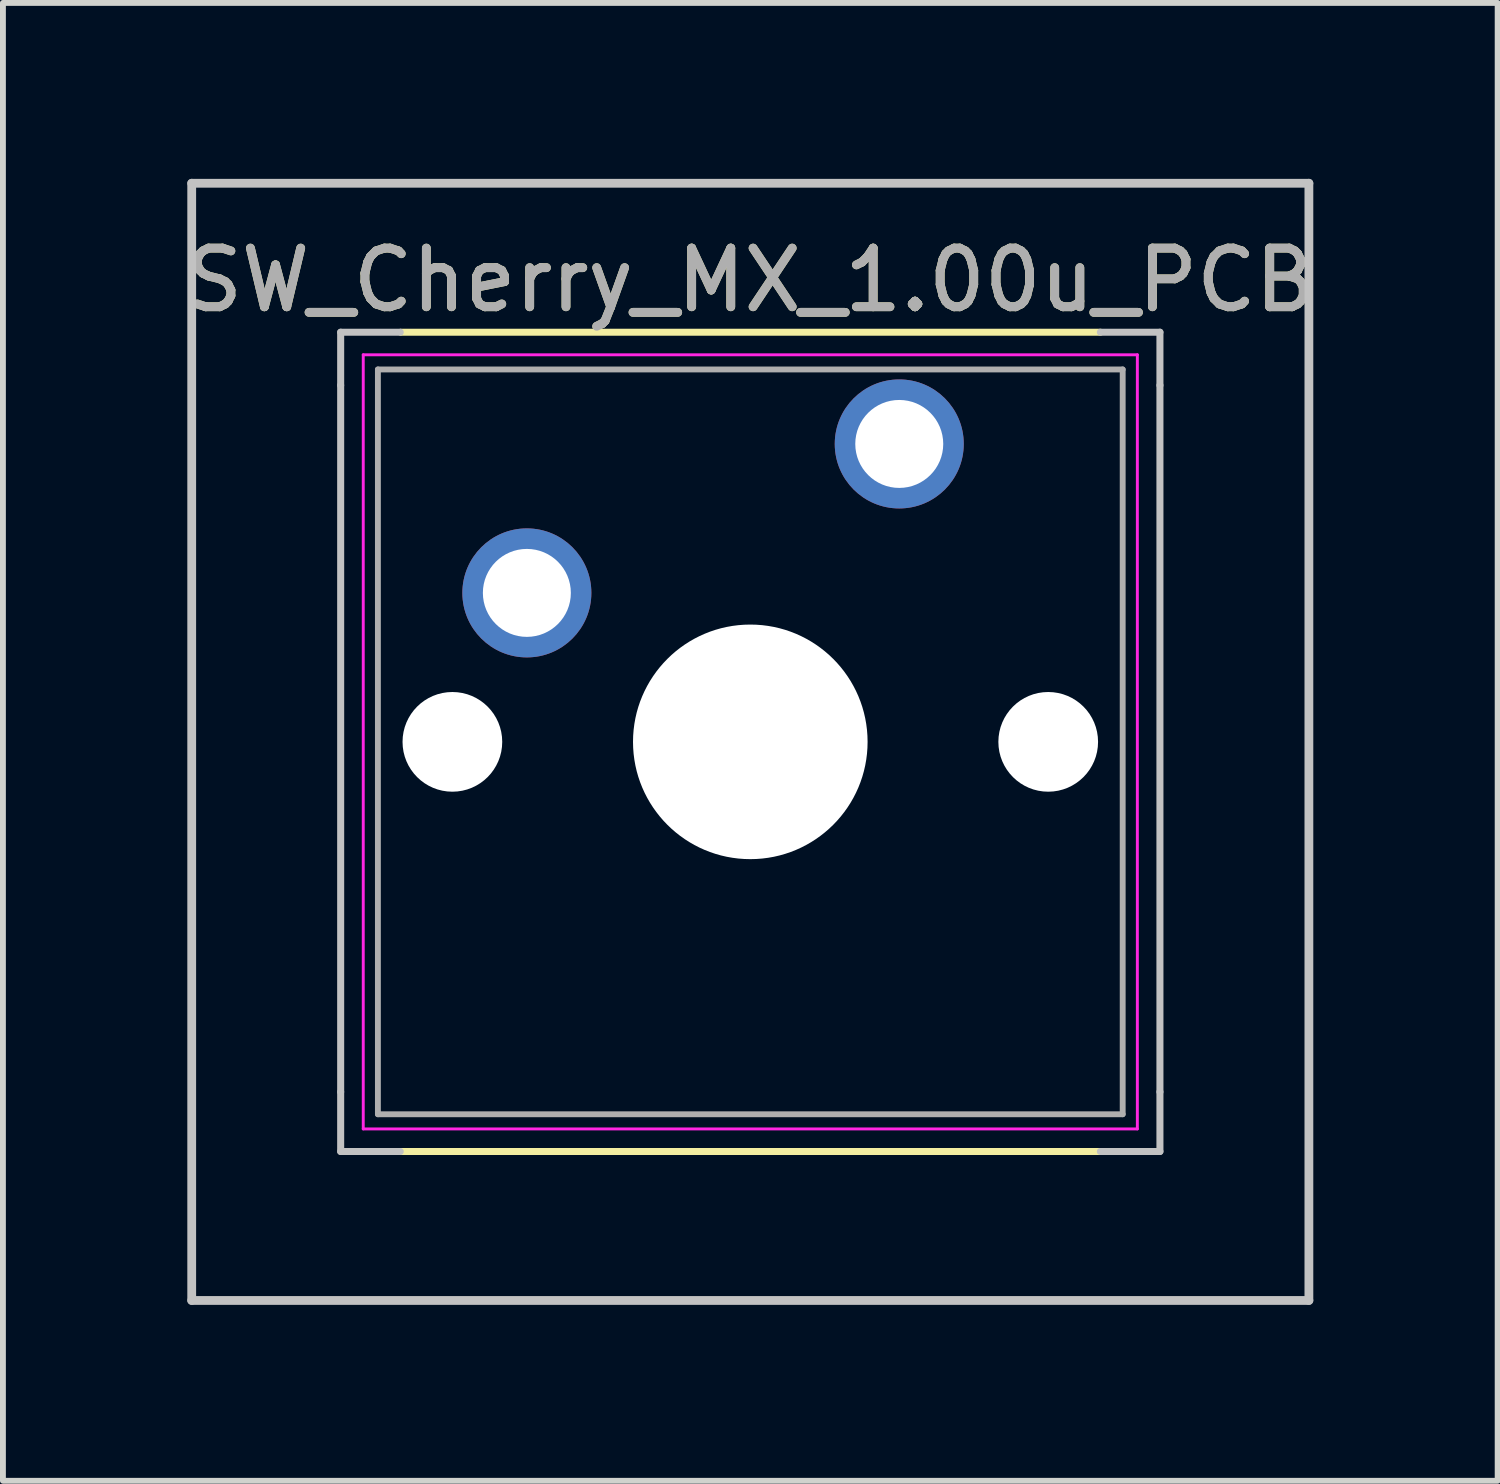
<source format=kicad_pcb>
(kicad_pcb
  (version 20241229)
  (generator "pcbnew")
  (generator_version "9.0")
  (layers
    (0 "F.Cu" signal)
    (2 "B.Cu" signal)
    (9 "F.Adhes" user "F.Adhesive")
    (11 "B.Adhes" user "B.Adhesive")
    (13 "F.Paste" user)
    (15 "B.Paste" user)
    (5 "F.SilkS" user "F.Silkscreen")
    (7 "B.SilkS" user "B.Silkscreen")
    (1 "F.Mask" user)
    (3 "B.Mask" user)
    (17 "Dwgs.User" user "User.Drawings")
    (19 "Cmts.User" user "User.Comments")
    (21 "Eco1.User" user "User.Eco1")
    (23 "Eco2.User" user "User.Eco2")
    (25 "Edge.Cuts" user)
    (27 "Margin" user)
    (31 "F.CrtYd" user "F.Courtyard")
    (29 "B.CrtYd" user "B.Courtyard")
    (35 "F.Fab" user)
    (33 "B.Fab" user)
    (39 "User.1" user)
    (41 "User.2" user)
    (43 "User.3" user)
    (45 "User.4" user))
  (footprint "SW_Cherry_MX_1.00u_PCB"
    (layer "F.Cu")
    (at 12.284 4.52)
    (property "Reference" "SW_Cherry_MX_1.00u_PCB" (at -2.54 -2.794 0) (layer "F.SilkS") (effects (font (size 1 1) (thickness 0.15))))
    (attr through_hole)
    (fp_line (start -8.5 -1.905) (end 3.429 -1.905) (stroke (width 0.12) (type solid)) (layer "F.SilkS"))
    (fp_line (start 3.429 12.065) (end -8.5 12.065) (stroke (width 0.12) (type solid)) (layer "F.SilkS"))
    (fp_line (start -12.065 -4.445) (end 6.985 -4.445) (stroke (width 0.15) (type solid)) (layer "Dwgs.User"))
    (fp_line (start -12.065 14.605) (end -12.065 -4.445) (stroke (width 0.15) (type solid)) (layer "Dwgs.User"))
    (fp_line (start -9.525 -1.905) (end -8.509 -1.905) (stroke (width 0.12) (type default)) (layer "Dwgs.User"))
    (fp_line (start -9.525 -1) (end -9.525 -1.905) (stroke (width 0.12) (type default)) (layer "Dwgs.User"))
    (fp_line (start -9.525 11.049) (end -9.525 -1) (stroke (width 0.12) (type solid)) (layer "Dwgs.User"))
    (fp_line (start -9.525 11.049) (end -9.525 12.065) (stroke (width 0.12) (type default)) (layer "Dwgs.User"))
    (fp_line (start -9.525 12.065) (end -8.509 12.065) (stroke (width 0.12) (type default)) (layer "Dwgs.User"))
    (fp_line (start 4.445 -1.905) (end 3.429 -1.905) (stroke (width 0.12) (type default)) (layer "Dwgs.User"))
    (fp_line (start 4.445 -1) (end 4.445 -1.905) (stroke (width 0.12) (type default)) (layer "Dwgs.User"))
    (fp_line (start 4.445 -1) (end 4.445 11.049) (stroke (width 0.12) (type solid)) (layer "Dwgs.User"))
    (fp_line (start 4.445 11.049) (end 4.445 12.065) (stroke (width 0.12) (type default)) (layer "Dwgs.User"))
    (fp_line (start 4.445 12.065) (end 3.429 12.065) (stroke (width 0.12) (type default)) (layer "Dwgs.User"))
    (fp_line (start 6.985 -4.445) (end 6.985 14.605) (stroke (width 0.15) (type solid)) (layer "Dwgs.User"))
    (fp_line (start 6.985 14.605) (end -12.065 14.605) (stroke (width 0.15) (type solid)) (layer "Dwgs.User"))
    (fp_line (start -9.14 -1.52) (end 4.06 -1.52) (stroke (width 0.05) (type solid)) (layer "F.CrtYd"))
    (fp_line (start -9.14 11.68) (end -9.14 -1.52) (stroke (width 0.05) (type solid)) (layer "F.CrtYd"))
    (fp_line (start 4.06 -1.52) (end 4.06 11.68) (stroke (width 0.05) (type solid)) (layer "F.CrtYd"))
    (fp_line (start 4.06 11.68) (end -9.14 11.68) (stroke (width 0.05) (type solid)) (layer "F.CrtYd"))
    (fp_line (start -8.89 -1.27) (end 3.81 -1.27) (stroke (width 0.1) (type solid)) (layer "F.Fab"))
    (fp_line (start -8.89 11.43) (end -8.89 -1.27) (stroke (width 0.1) (type solid)) (layer "F.Fab"))
    (fp_line (start 3.81 -1.27) (end 3.81 11.43) (stroke (width 0.1) (type solid)) (layer "F.Fab"))
    (fp_line (start 3.81 11.43) (end -8.89 11.43) (stroke (width 0.1) (type solid)) (layer "F.Fab"))
    (fp_text user "${REFERENCE}" (at -2.54 -2.794 0) (layer "F.Fab") (effects (font (size 1 1) (thickness 0.15))))
    (pad "" np_thru_hole circle (at -7.62 5.08) (size 1.7 1.7) (drill 1.7) (layers "*.Cu" "*.Mask"))
    (pad "" np_thru_hole circle (at -2.54 5.08) (size 4 4) (drill 4) (layers "*.Cu" "*.Mask"))
    (pad "" np_thru_hole circle (at 2.54 5.08) (size 1.7 1.7) (drill 1.7) (layers "*.Cu" "*.Mask"))
    (pad "1" thru_hole circle (at 0 0) (size 2.2 2.2) (drill 1.5) (layers "*.Cu" "*.Mask"))
    (pad "2" thru_hole circle (at -6.35 2.54) (size 2.2 2.2) (drill 1.5) (layers "*.Cu" "*.Mask")))
  (gr_rect
    (start -3 -3)
    (end 22.488 22.2)
    (stroke (width 0.1) (type default))
    (fill no)
    (layer "Edge.Cuts")))
</source>
